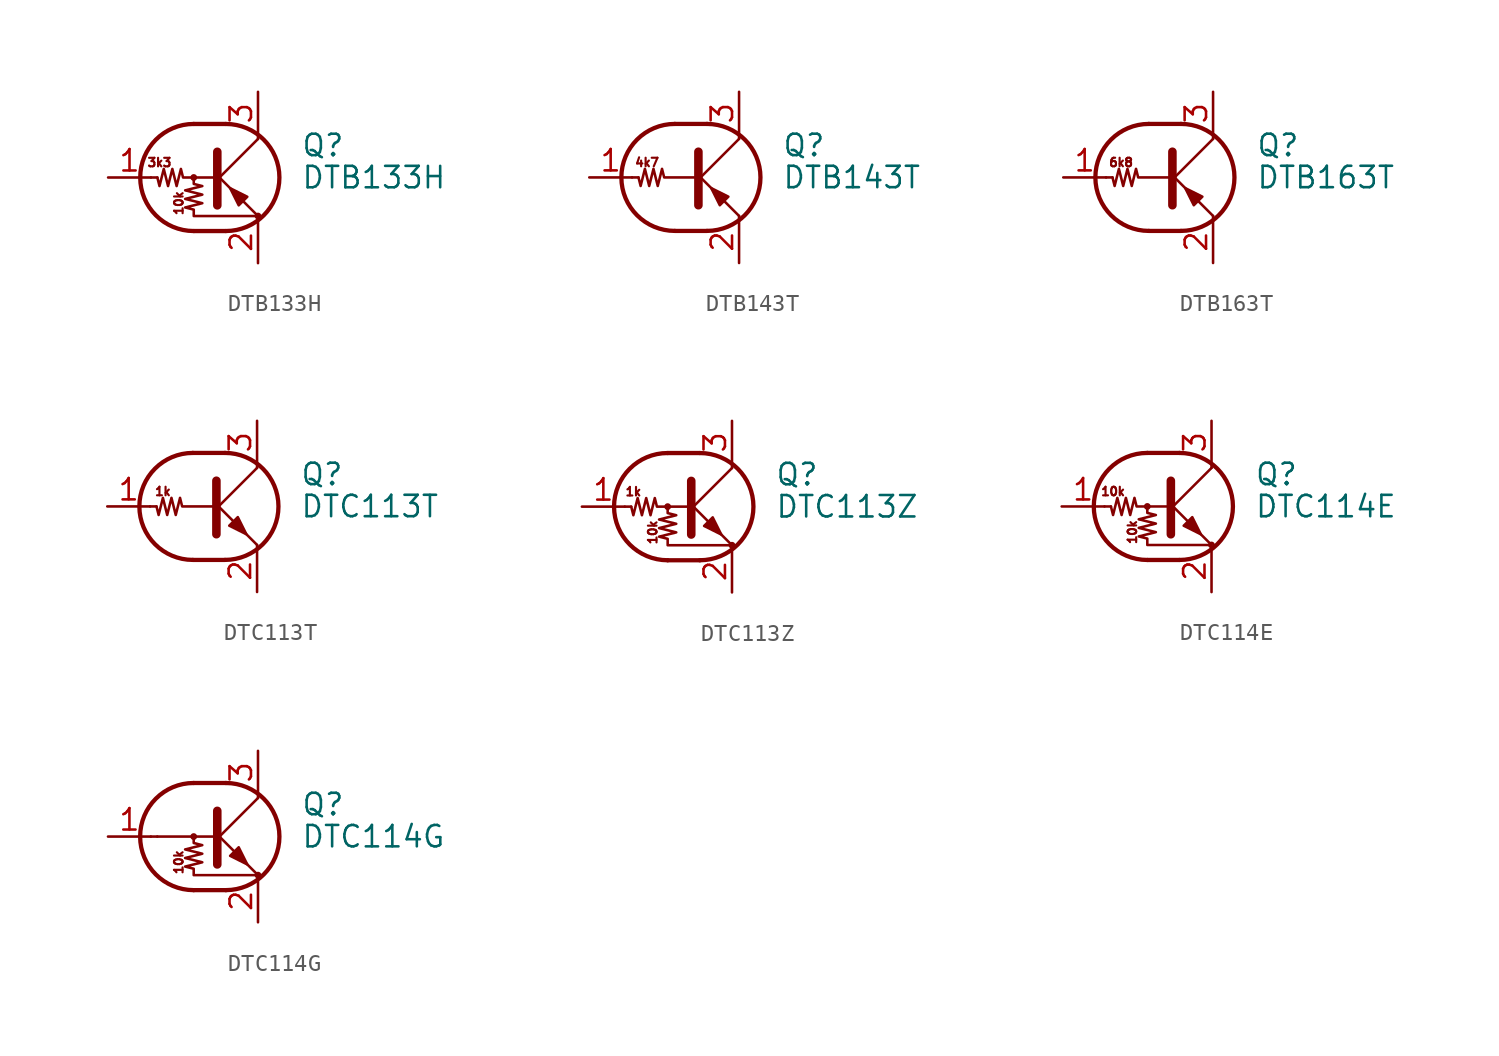
<source format=kicad_sym>
(kicad_symbol_lib
  (version 20220914)
  (generator kicad_symbol_editor)
  (symbol "DTB133H"
    (pin_names
      (offset 0) hide)
    (property "Reference" "Q"
      (at 5.08 1.905 0)
      (effects (font (size 1.27 1.27)) (justify left)))
    (property "Value" "DTB133H"
      (at 5.08 0 0)
      (effects (font (size 1.27 1.27)) (justify left)))
    (symbol "DTB133H_0_0"
      (text "10k" (at -2.159 -1.524 900) (effects (font (size 0.508 0.508))))
      (text "3k3" (at -3.302 0.889 0) (effects (font (size 0.508 0.508)))))
    (symbol "DTB133H_0_1"
      (circle (center -1.27 0) (radius 0.127) (stroke (width 0) (type solid)) (fill (type none)))
      (arc (start -1.27 3.175) (mid -4.4312 0) (end -1.27 -3.175) (stroke (width 0.254) (type solid)) (fill (type none)))
      (polyline (pts (xy -3.429 0) (xy -3.81 0)) (stroke (width 0) (type solid)) (fill (type none)))
      (polyline (pts (xy -1.27 -3.175) (xy 0.635 -3.175)) (stroke (width 0.254) (type solid)) (fill (type none)))
      (polyline (pts (xy -1.27 3.175) (xy 0.635 3.175)) (stroke (width 0.254) (type solid)) (fill (type none)))
      (polyline (pts (xy 0 -0.254) (xy 2.54 2.286)) (stroke (width 0) (type solid)) (fill (type none)))
      (polyline (pts (xy 0.127 1.524) (xy 0.127 -1.651)) (stroke (width 0.508) (type solid)) (fill (type outline)))
      (polyline (pts (xy 2.54 2.286) (xy 2.54 2.54)) (stroke (width 0) (type solid)) (fill (type none)))
      (polyline (pts (xy 2.54 -2.286) (xy 0 0.254) (xy 0 0.254)) (stroke (width 0) (type solid)) (fill (type none)))
      (polyline (pts (xy 1.397 -1.651) (xy 1.905 -1.143) (xy 0.889 -0.635) (xy 1.397 -1.651)) (stroke (width 0) (type solid)) (fill (type outline)))
      (polyline (pts (xy 0 0) (xy -1.905 0) (xy -2.032 0.508) (xy -2.286 -0.508) (xy -2.54 0.508) (xy -2.794 -0.508) (xy -3.048 0.508) (xy -3.302 -0.508) (xy -3.429 0)) (stroke (width 0) (type solid)) (fill (type none)))
      (polyline (pts (xy -1.27 0) (xy -1.27 -0.381) (xy -0.762 -0.508) (xy -1.778 -0.762) (xy -0.762 -1.016) (xy -1.778 -1.27) (xy -0.762 -1.524) (xy -1.778 -1.778) (xy -1.27 -1.905) (xy -1.27 -2.286) (xy 2.54 -2.286)) (stroke (width 0) (type solid)) (fill (type none)))
      (arc (start 0.635 -3.175) (mid 3.7962 0) (end 0.635 3.175) (stroke (width 0.254) (type solid)) (fill (type none)))
      (circle (center 2.54 -2.286) (radius 0.127) (stroke (width 0) (type solid)) (fill (type none))))
    (symbol "DTB133H_1_1"
      (pin input line (at -6.35 0 0) (length 2.54) (name "B" (effects (font (size 1.27 1.27)))) (number "1" (effects (font (size 1.27 1.27)))))
      (pin passive line (at 2.54 -5.08 90) (length 2.54) (name "E" (effects (font (size 1.27 1.27)))) (number "2" (effects (font (size 1.27 1.27)))))
      (pin passive line (at 2.54 5.08 270) (length 2.54) (name "C" (effects (font (size 1.27 1.27)))) (number "3" (effects (font (size 1.27 1.27)))))))
  (symbol "DTB143T"
    (pin_names
      (offset 0) hide)
    (property "Reference" "Q"
      (at 5.08 1.905 0)
      (effects (font (size 1.27 1.27)) (justify left)))
    (property "Value" "DTB143T"
      (at 5.08 0 0)
      (effects (font (size 1.27 1.27)) (justify left)))
    (symbol "DTB143T_0_0"
      (polyline (pts (xy 2.54 -2.286) (xy 2.54 -2.54)) (stroke (width 0) (type solid)) (fill (type none)))
      (text "4k7" (at -2.921 0.889 0) (effects (font (size 0.508 0.508)))))
    (symbol "DTB143T_0_1"
      (arc (start -1.27 3.175) (mid -4.4312 0) (end -1.27 -3.175) (stroke (width 0.254) (type solid)) (fill (type none)))
      (polyline (pts (xy -3.429 0) (xy -3.81 0)) (stroke (width 0) (type solid)) (fill (type none)))
      (polyline (pts (xy -1.27 -3.175) (xy 0.635 -3.175)) (stroke (width 0.254) (type solid)) (fill (type none)))
      (polyline (pts (xy -1.27 3.175) (xy 0.635 3.175)) (stroke (width 0.254) (type solid)) (fill (type none)))
      (polyline (pts (xy 0 -0.254) (xy 2.54 2.286)) (stroke (width 0) (type solid)) (fill (type none)))
      (polyline (pts (xy 0.127 1.524) (xy 0.127 -1.651)) (stroke (width 0.508) (type solid)) (fill (type outline)))
      (polyline (pts (xy 2.54 2.286) (xy 2.54 2.54)) (stroke (width 0) (type solid)) (fill (type none)))
      (polyline (pts (xy 2.54 -2.286) (xy 0 0.254) (xy 0 0.254)) (stroke (width 0) (type solid)) (fill (type none)))
      (polyline (pts (xy 1.397 -1.651) (xy 1.905 -1.143) (xy 0.889 -0.635) (xy 1.397 -1.651)) (stroke (width 0) (type solid)) (fill (type outline)))
      (polyline (pts (xy 0 0) (xy -1.905 0) (xy -2.032 0.508) (xy -2.286 -0.508) (xy -2.54 0.508) (xy -2.794 -0.508) (xy -3.048 0.508) (xy -3.302 -0.508) (xy -3.429 0)) (stroke (width 0) (type solid)) (fill (type none)))
      (arc (start 0.635 -3.175) (mid 3.7962 0) (end 0.635 3.175) (stroke (width 0.254) (type solid)) (fill (type none))))
    (symbol "DTB143T_1_1"
      (pin input line (at -6.35 0 0) (length 2.54) (name "B" (effects (font (size 1.27 1.27)))) (number "1" (effects (font (size 1.27 1.27)))))
      (pin passive line (at 2.54 -5.08 90) (length 2.54) (name "E" (effects (font (size 1.27 1.27)))) (number "2" (effects (font (size 1.27 1.27)))))
      (pin passive line (at 2.54 5.08 270) (length 2.54) (name "C" (effects (font (size 1.27 1.27)))) (number "3" (effects (font (size 1.27 1.27)))))))
  (symbol "DTB163T"
    (pin_names
      (offset 0) hide)
    (property "Reference" "Q"
      (at 5.08 1.905 0)
      (effects (font (size 1.27 1.27)) (justify left)))
    (property "Value" "DTB163T"
      (at 5.08 0 0)
      (effects (font (size 1.27 1.27)) (justify left)))
    (symbol "DTB163T_0_0"
      (polyline (pts (xy 2.54 -2.286) (xy 2.54 -2.54)) (stroke (width 0) (type solid)) (fill (type none)))
      (text "6k8" (at -2.921 0.889 0) (effects (font (size 0.508 0.508)))))
    (symbol "DTB163T_0_1"
      (arc (start -1.27 3.175) (mid -4.4312 0) (end -1.27 -3.175) (stroke (width 0.254) (type solid)) (fill (type none)))
      (polyline (pts (xy -3.429 0) (xy -3.81 0)) (stroke (width 0) (type solid)) (fill (type none)))
      (polyline (pts (xy -1.27 -3.175) (xy 0.635 -3.175)) (stroke (width 0.254) (type solid)) (fill (type none)))
      (polyline (pts (xy -1.27 3.175) (xy 0.635 3.175)) (stroke (width 0.254) (type solid)) (fill (type none)))
      (polyline (pts (xy 0 -0.254) (xy 2.54 2.286)) (stroke (width 0) (type solid)) (fill (type none)))
      (polyline (pts (xy 0.127 1.524) (xy 0.127 -1.651)) (stroke (width 0.508) (type solid)) (fill (type outline)))
      (polyline (pts (xy 2.54 2.286) (xy 2.54 2.54)) (stroke (width 0) (type solid)) (fill (type none)))
      (polyline (pts (xy 2.54 -2.286) (xy 0 0.254) (xy 0 0.254)) (stroke (width 0) (type solid)) (fill (type none)))
      (polyline (pts (xy 1.397 -1.651) (xy 1.905 -1.143) (xy 0.889 -0.635) (xy 1.397 -1.651)) (stroke (width 0) (type solid)) (fill (type outline)))
      (polyline (pts (xy 0 0) (xy -1.905 0) (xy -2.032 0.508) (xy -2.286 -0.508) (xy -2.54 0.508) (xy -2.794 -0.508) (xy -3.048 0.508) (xy -3.302 -0.508) (xy -3.429 0)) (stroke (width 0) (type solid)) (fill (type none)))
      (arc (start 0.635 -3.175) (mid 3.7962 0) (end 0.635 3.175) (stroke (width 0.254) (type solid)) (fill (type none))))
    (symbol "DTB163T_1_1"
      (pin input line (at -6.35 0 0) (length 2.54) (name "B" (effects (font (size 1.27 1.27)))) (number "1" (effects (font (size 1.27 1.27)))))
      (pin passive line (at 2.54 -5.08 90) (length 2.54) (name "E" (effects (font (size 1.27 1.27)))) (number "2" (effects (font (size 1.27 1.27)))))
      (pin passive line (at 2.54 5.08 270) (length 2.54) (name "C" (effects (font (size 1.27 1.27)))) (number "3" (effects (font (size 1.27 1.27)))))))
  (symbol "DTC113T"
    (pin_names
      (offset 0) hide)
    (property "Reference" "Q"
      (at 5.08 1.905 0)
      (effects (font (size 1.27 1.27)) (justify left)))
    (property "Value" "DTC113T"
      (at 5.08 0 0)
      (effects (font (size 1.27 1.27)) (justify left)))
    (symbol "DTC113T_0_0"
      (polyline (pts (xy 2.54 -2.286) (xy 2.54 -2.54)) (stroke (width 0) (type solid)) (fill (type none)))
      (text "1k" (at -3.048 0.889 0) (effects (font (size 0.508 0.508)))))
    (symbol "DTC113T_0_1"
      (arc (start -1.27 3.175) (mid -4.4312 0) (end -1.27 -3.175) (stroke (width 0.254) (type solid)) (fill (type none)))
      (polyline (pts (xy -3.429 0) (xy -3.81 0)) (stroke (width 0) (type solid)) (fill (type none)))
      (polyline (pts (xy -1.27 -3.175) (xy 0.635 -3.175)) (stroke (width 0.254) (type solid)) (fill (type none)))
      (polyline (pts (xy -1.27 3.175) (xy 0.635 3.175)) (stroke (width 0.254) (type solid)) (fill (type none)))
      (polyline (pts (xy 0 -0.254) (xy 2.54 2.286)) (stroke (width 0) (type solid)) (fill (type none)))
      (polyline (pts (xy 0.127 1.524) (xy 0.127 -1.651)) (stroke (width 0.508) (type solid)) (fill (type outline)))
      (polyline (pts (xy 2.54 2.286) (xy 2.54 2.54)) (stroke (width 0) (type solid)) (fill (type none)))
      (polyline (pts (xy 2.54 -2.286) (xy 0 0.254) (xy 0 0.254)) (stroke (width 0) (type solid)) (fill (type none)))
      (polyline (pts (xy 0.889 -1.143) (xy 1.397 -0.635) (xy 1.905 -1.651) (xy 0.889 -1.143)) (stroke (width 0) (type solid)) (fill (type outline)))
      (polyline (pts (xy 0 0) (xy -1.905 0) (xy -2.032 0.508) (xy -2.286 -0.508) (xy -2.54 0.508) (xy -2.794 -0.508) (xy -3.048 0.508) (xy -3.302 -0.508) (xy -3.429 0)) (stroke (width 0) (type solid)) (fill (type none)))
      (arc (start 0.635 -3.175) (mid 3.7962 0) (end 0.635 3.175) (stroke (width 0.254) (type solid)) (fill (type none))))
    (symbol "DTC113T_1_1"
      (pin input line (at -6.35 0 0) (length 2.54) (name "B" (effects (font (size 1.27 1.27)))) (number "1" (effects (font (size 1.27 1.27)))))
      (pin passive line (at 2.54 -5.08 90) (length 2.54) (name "E" (effects (font (size 1.27 1.27)))) (number "2" (effects (font (size 1.27 1.27)))))
      (pin passive line (at 2.54 5.08 270) (length 2.54) (name "C" (effects (font (size 1.27 1.27)))) (number "3" (effects (font (size 1.27 1.27)))))))
  (symbol "DTC113Z"
    (pin_names
      (offset 0) hide)
    (property "Reference" "Q"
      (at 5.08 1.905 0)
      (effects (font (size 1.27 1.27)) (justify left)))
    (property "Value" "DTC113Z"
      (at 5.08 0 0)
      (effects (font (size 1.27 1.27)) (justify left)))
    (symbol "DTC113Z_0_0"
      (text "10k" (at -2.159 -1.524 900) (effects (font (size 0.508 0.508))))
      (text "1k" (at -3.302 0.889 0) (effects (font (size 0.508 0.508)))))
    (symbol "DTC113Z_0_1"
      (circle (center -1.27 0) (radius 0.127) (stroke (width 0) (type solid)) (fill (type none)))
      (arc (start -1.27 3.175) (mid -4.4312 0) (end -1.27 -3.175) (stroke (width 0.254) (type solid)) (fill (type none)))
      (polyline (pts (xy -3.429 0) (xy -3.81 0)) (stroke (width 0) (type solid)) (fill (type none)))
      (polyline (pts (xy -1.27 -3.175) (xy 0.635 -3.175)) (stroke (width 0.254) (type solid)) (fill (type none)))
      (polyline (pts (xy -1.27 3.175) (xy 0.635 3.175)) (stroke (width 0.254) (type solid)) (fill (type none)))
      (polyline (pts (xy 0 -0.254) (xy 2.54 2.286)) (stroke (width 0) (type solid)) (fill (type none)))
      (polyline (pts (xy 0.127 1.524) (xy 0.127 -1.651)) (stroke (width 0.508) (type solid)) (fill (type outline)))
      (polyline (pts (xy 2.54 2.286) (xy 2.54 2.54)) (stroke (width 0) (type solid)) (fill (type none)))
      (polyline (pts (xy 2.54 -2.286) (xy 0 0.254) (xy 0 0.254)) (stroke (width 0) (type solid)) (fill (type none)))
      (polyline (pts (xy 0.889 -1.143) (xy 1.397 -0.635) (xy 1.905 -1.651) (xy 0.889 -1.143)) (stroke (width 0) (type solid)) (fill (type outline)))
      (polyline (pts (xy 0 0) (xy -1.905 0) (xy -2.032 0.508) (xy -2.286 -0.508) (xy -2.54 0.508) (xy -2.794 -0.508) (xy -3.048 0.508) (xy -3.302 -0.508) (xy -3.429 0)) (stroke (width 0) (type solid)) (fill (type none)))
      (polyline (pts (xy -1.27 0) (xy -1.27 -0.381) (xy -0.762 -0.508) (xy -1.778 -0.762) (xy -0.762 -1.016) (xy -1.778 -1.27) (xy -0.762 -1.524) (xy -1.778 -1.778) (xy -1.27 -1.905) (xy -1.27 -2.286) (xy 2.54 -2.286)) (stroke (width 0) (type solid)) (fill (type none)))
      (arc (start 0.635 -3.175) (mid 3.7962 0) (end 0.635 3.175) (stroke (width 0.254) (type solid)) (fill (type none)))
      (circle (center 2.54 -2.286) (radius 0.127) (stroke (width 0) (type solid)) (fill (type none))))
    (symbol "DTC113Z_1_1"
      (pin input line (at -6.35 0 0) (length 2.54) (name "B" (effects (font (size 1.27 1.27)))) (number "1" (effects (font (size 1.27 1.27)))))
      (pin passive line (at 2.54 -5.08 90) (length 2.54) (name "E" (effects (font (size 1.27 1.27)))) (number "2" (effects (font (size 1.27 1.27)))))
      (pin passive line (at 2.54 5.08 270) (length 2.54) (name "C" (effects (font (size 1.27 1.27)))) (number "3" (effects (font (size 1.27 1.27)))))))
  (symbol "DTC114E"
    (pin_names
      (offset 0) hide)
    (property "Reference" "Q"
      (at 5.08 1.905 0)
      (effects (font (size 1.27 1.27)) (justify left)))
    (property "Value" "DTC114E"
      (at 5.08 0 0)
      (effects (font (size 1.27 1.27)) (justify left)))
    (symbol "DTC114E_0_0"
      (text "10k" (at -3.302 0.889 0) (effects (font (size 0.508 0.508))))
      (text "10k" (at -2.159 -1.524 900) (effects (font (size 0.508 0.508)))))
    (symbol "DTC114E_0_1"
      (circle (center -1.27 0) (radius 0.127) (stroke (width 0) (type solid)) (fill (type none)))
      (arc (start -1.27 3.175) (mid -4.4312 0) (end -1.27 -3.175) (stroke (width 0.254) (type solid)) (fill (type none)))
      (polyline (pts (xy -3.429 0) (xy -3.81 0)) (stroke (width 0) (type solid)) (fill (type none)))
      (polyline (pts (xy -1.27 -3.175) (xy 0.635 -3.175)) (stroke (width 0.254) (type solid)) (fill (type none)))
      (polyline (pts (xy -1.27 3.175) (xy 0.635 3.175)) (stroke (width 0.254) (type solid)) (fill (type none)))
      (polyline (pts (xy 0 -0.254) (xy 2.54 2.286)) (stroke (width 0) (type solid)) (fill (type none)))
      (polyline (pts (xy 0.127 1.524) (xy 0.127 -1.651)) (stroke (width 0.508) (type solid)) (fill (type outline)))
      (polyline (pts (xy 2.54 2.286) (xy 2.54 2.54)) (stroke (width 0) (type solid)) (fill (type none)))
      (polyline (pts (xy 2.54 -2.286) (xy 0 0.254) (xy 0 0.254)) (stroke (width 0) (type solid)) (fill (type none)))
      (polyline (pts (xy 0.889 -1.143) (xy 1.397 -0.635) (xy 1.905 -1.651) (xy 0.889 -1.143)) (stroke (width 0) (type solid)) (fill (type outline)))
      (polyline (pts (xy 0 0) (xy -1.905 0) (xy -2.032 0.508) (xy -2.286 -0.508) (xy -2.54 0.508) (xy -2.794 -0.508) (xy -3.048 0.508) (xy -3.302 -0.508) (xy -3.429 0)) (stroke (width 0) (type solid)) (fill (type none)))
      (polyline (pts (xy -1.27 0) (xy -1.27 -0.381) (xy -0.762 -0.508) (xy -1.778 -0.762) (xy -0.762 -1.016) (xy -1.778 -1.27) (xy -0.762 -1.524) (xy -1.778 -1.778) (xy -1.27 -1.905) (xy -1.27 -2.286) (xy 2.54 -2.286)) (stroke (width 0) (type solid)) (fill (type none)))
      (arc (start 0.635 -3.175) (mid 3.7962 0) (end 0.635 3.175) (stroke (width 0.254) (type solid)) (fill (type none)))
      (circle (center 2.54 -2.286) (radius 0.127) (stroke (width 0) (type solid)) (fill (type none))))
    (symbol "DTC114E_1_1"
      (pin input line (at -6.35 0 0) (length 2.54) (name "B" (effects (font (size 1.27 1.27)))) (number "1" (effects (font (size 1.27 1.27)))))
      (pin passive line (at 2.54 -5.08 90) (length 2.54) (name "E" (effects (font (size 1.27 1.27)))) (number "2" (effects (font (size 1.27 1.27)))))
      (pin passive line (at 2.54 5.08 270) (length 2.54) (name "C" (effects (font (size 1.27 1.27)))) (number "3" (effects (font (size 1.27 1.27)))))))
  (symbol "DTC114G"
    (pin_names
      (offset 0) hide)
    (property "Reference" "Q"
      (at 5.08 1.905 0)
      (effects (font (size 1.27 1.27)) (justify left)))
    (property "Value" "DTC114G"
      (at 5.08 0 0)
      (effects (font (size 1.27 1.27)) (justify left)))
    (symbol "DTC114G_0_0"
      (polyline (pts (xy -3.429 0) (xy 0 0)) (stroke (width 0) (type solid)) (fill (type none)))
      (text "10k" (at -2.159 -1.524 900) (effects (font (size 0.508 0.508)))))
    (symbol "DTC114G_0_1"
      (circle (center -1.27 0) (radius 0.127) (stroke (width 0) (type solid)) (fill (type none)))
      (arc (start -1.27 3.175) (mid -4.4312 0) (end -1.27 -3.175) (stroke (width 0.254) (type solid)) (fill (type none)))
      (polyline (pts (xy -3.429 0) (xy -3.81 0)) (stroke (width 0) (type solid)) (fill (type none)))
      (polyline (pts (xy -1.27 -3.175) (xy 0.635 -3.175)) (stroke (width 0.254) (type solid)) (fill (type none)))
      (polyline (pts (xy -1.27 3.175) (xy 0.635 3.175)) (stroke (width 0.254) (type solid)) (fill (type none)))
      (polyline (pts (xy 0 -0.254) (xy 2.54 2.286)) (stroke (width 0) (type solid)) (fill (type none)))
      (polyline (pts (xy 0.127 1.524) (xy 0.127 -1.651)) (stroke (width 0.508) (type solid)) (fill (type outline)))
      (polyline (pts (xy 2.54 2.286) (xy 2.54 2.54)) (stroke (width 0) (type solid)) (fill (type none)))
      (polyline (pts (xy 2.54 -2.286) (xy 0 0.254) (xy 0 0.254)) (stroke (width 0) (type solid)) (fill (type none)))
      (polyline (pts (xy 0.889 -1.143) (xy 1.397 -0.635) (xy 1.905 -1.651) (xy 0.889 -1.143)) (stroke (width 0) (type solid)) (fill (type outline)))
      (polyline (pts (xy -1.27 0) (xy -1.27 -0.381) (xy -0.762 -0.508) (xy -1.778 -0.762) (xy -0.762 -1.016) (xy -1.778 -1.27) (xy -0.762 -1.524) (xy -1.778 -1.778) (xy -1.27 -1.905) (xy -1.27 -2.286) (xy 2.54 -2.286)) (stroke (width 0) (type solid)) (fill (type none)))
      (arc (start 0.635 -3.175) (mid 3.7962 0) (end 0.635 3.175) (stroke (width 0.254) (type solid)) (fill (type none)))
      (circle (center 2.54 -2.286) (radius 0.127) (stroke (width 0) (type solid)) (fill (type none))))
    (symbol "DTC114G_1_1"
      (pin input line (at -6.35 0 0) (length 2.54) (name "B" (effects (font (size 1.27 1.27)))) (number "1" (effects (font (size 1.27 1.27)))))
      (pin passive line (at 2.54 -5.08 90) (length 2.54) (name "E" (effects (font (size 1.27 1.27)))) (number "2" (effects (font (size 1.27 1.27)))))
      (pin passive line (at 2.54 5.08 270) (length 2.54) (name "C" (effects (font (size 1.27 1.27)))) (number "3" (effects (font (size 1.27 1.27))))))))
</source>
